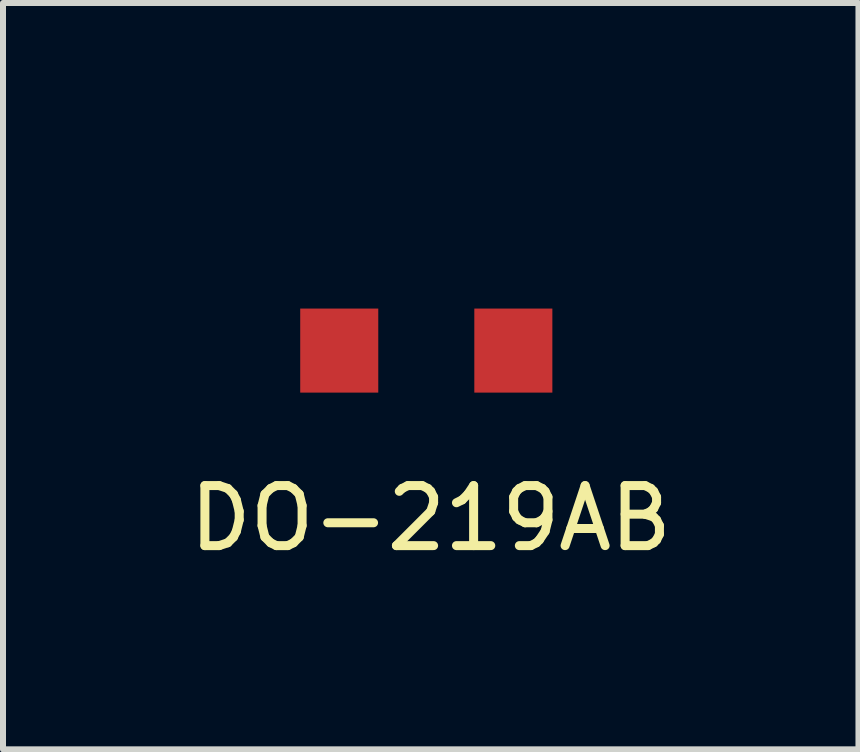
<source format=kicad_pcb>
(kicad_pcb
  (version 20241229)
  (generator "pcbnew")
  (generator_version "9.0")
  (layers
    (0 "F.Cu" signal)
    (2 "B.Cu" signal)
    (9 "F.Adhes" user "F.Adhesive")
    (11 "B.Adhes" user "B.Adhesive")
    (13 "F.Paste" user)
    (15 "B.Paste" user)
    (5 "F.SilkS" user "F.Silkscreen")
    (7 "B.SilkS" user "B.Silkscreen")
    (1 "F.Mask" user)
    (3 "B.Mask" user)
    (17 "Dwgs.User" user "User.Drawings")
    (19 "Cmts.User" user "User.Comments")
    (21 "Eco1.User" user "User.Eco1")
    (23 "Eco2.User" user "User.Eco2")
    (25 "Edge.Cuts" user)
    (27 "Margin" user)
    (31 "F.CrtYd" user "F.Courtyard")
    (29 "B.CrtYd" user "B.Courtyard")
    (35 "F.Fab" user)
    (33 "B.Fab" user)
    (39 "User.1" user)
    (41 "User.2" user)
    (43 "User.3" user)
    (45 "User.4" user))
  (footprint "DO-219AB"
    (layer "F.Cu")
    (at 2.601 0.25)
    (property "Reference" "DO-219AB" (at 1.524 5.334 0) (layer "F.SilkS") (effects (font (size 1 1) (thickness 0.15))))
    (attr through_hole)
    (pad "1" smd rect (at 0 2.54) (size 1.3 1.4) (layers "F.Cu" "F.Mask" "F.Paste"))
    (pad "2" smd rect (at 2.9 2.54) (size 1.3 1.4) (layers "F.Cu" "F.Mask" "F.Paste")))
  (gr_rect
    (start -3 -3)
    (end 11.25 9.432)
    (stroke (width 0.1) (type default))
    (fill no)
    (layer "Edge.Cuts")))
</source>
